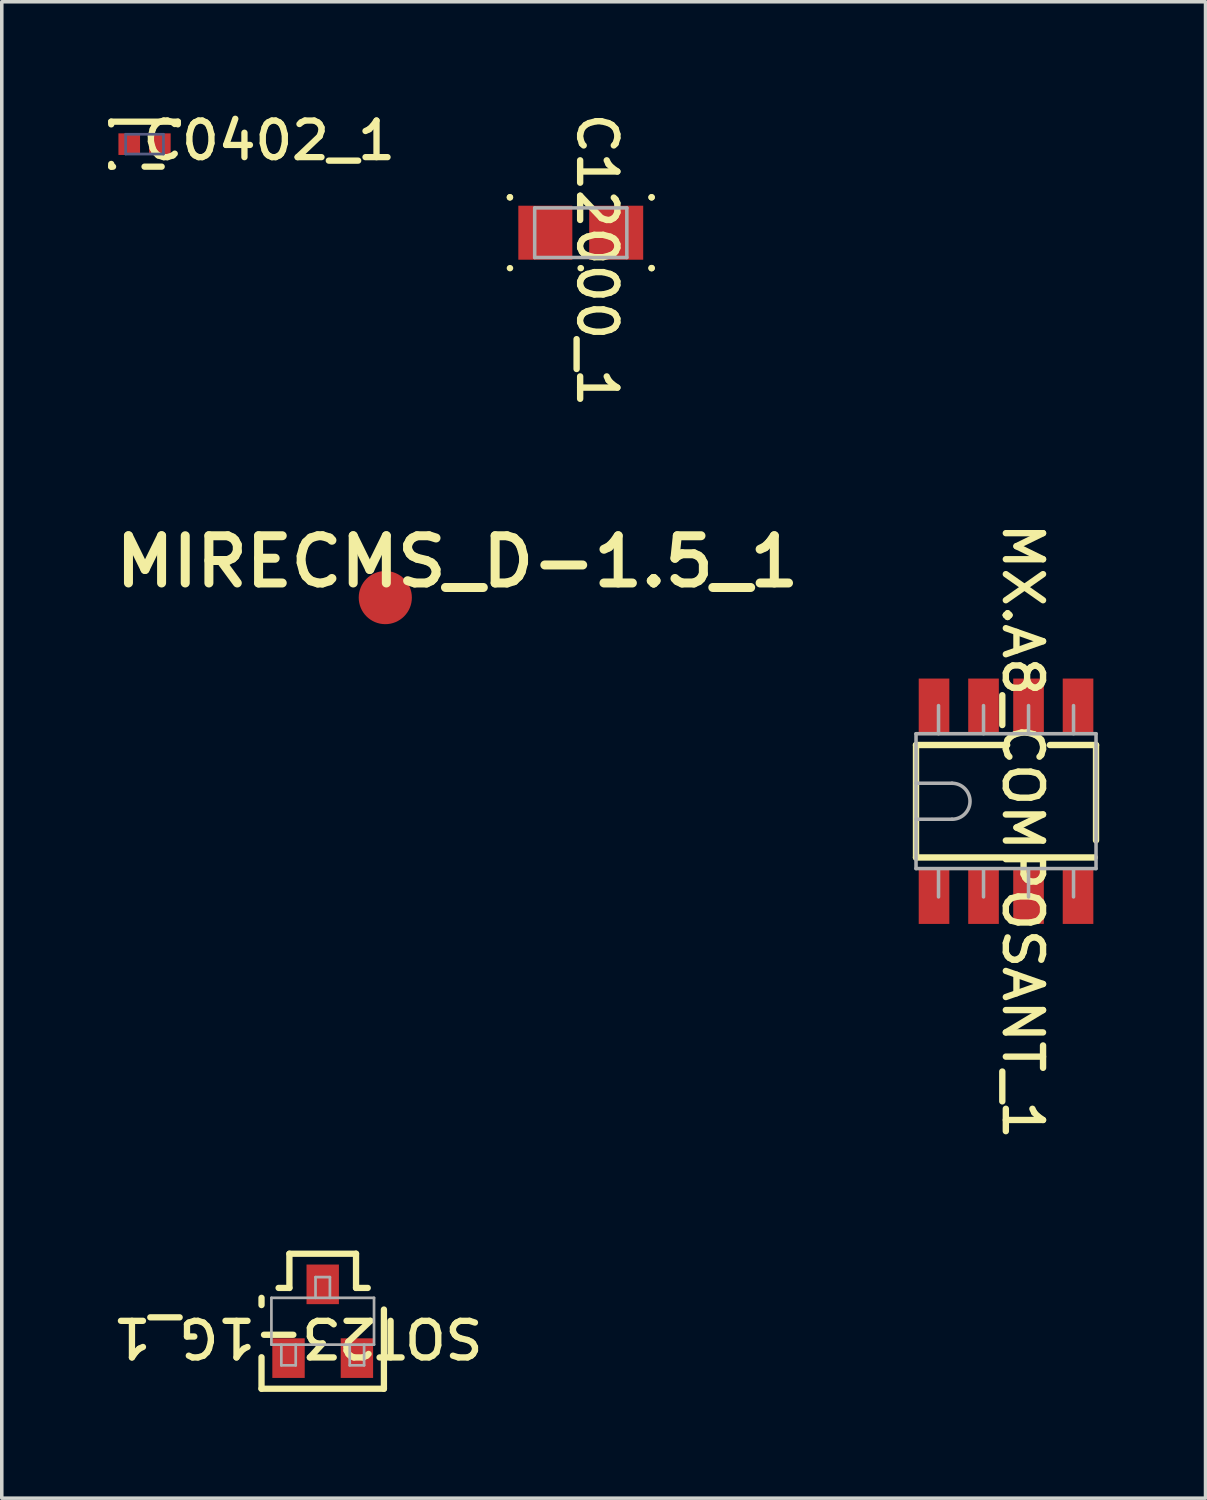
<source format=kicad_pcb>
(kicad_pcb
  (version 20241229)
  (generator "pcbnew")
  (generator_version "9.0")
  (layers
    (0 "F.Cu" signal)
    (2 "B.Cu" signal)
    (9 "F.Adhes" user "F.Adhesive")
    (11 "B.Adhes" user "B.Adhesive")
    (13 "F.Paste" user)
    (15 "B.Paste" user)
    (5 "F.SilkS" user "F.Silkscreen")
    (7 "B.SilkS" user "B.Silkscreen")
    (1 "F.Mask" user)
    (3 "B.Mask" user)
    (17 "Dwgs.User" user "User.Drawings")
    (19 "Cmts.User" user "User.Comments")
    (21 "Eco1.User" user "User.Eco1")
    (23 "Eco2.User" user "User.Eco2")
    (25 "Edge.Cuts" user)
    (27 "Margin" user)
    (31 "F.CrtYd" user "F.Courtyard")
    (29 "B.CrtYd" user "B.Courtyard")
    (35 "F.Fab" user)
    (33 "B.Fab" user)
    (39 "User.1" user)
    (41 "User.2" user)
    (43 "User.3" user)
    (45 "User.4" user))
  (footprint "SOT23-1G_1"
    (layer "F.Cu")
    (at 6.057 34.235)
    (property "Reference" "SOT23-1G_1" (at -0.699 0.457 180) (unlocked yes) (layer "F.SilkS") (effects (font (size 1.033 1.087) (thickness 0.178))))
    (attr smd)
    (fp_line (start -1.727 -0.457) (end -1.727 -0.66) (stroke (width 0.178) (type solid)) (layer "F.SilkS"))
    (fp_line (start -1.727 1.905) (end -1.727 1.016) (stroke (width 0.178) (type solid)) (layer "F.SilkS"))
    (fp_line (start -1.727 1.905) (end 1.727 1.905) (stroke (width 0.178) (type solid)) (layer "F.SilkS"))
    (fp_line (start -1.245 -0.94) (end -0.94 -0.94) (stroke (width 0.178) (type solid)) (layer "F.SilkS"))
    (fp_line (start -0.94 -1.905) (end 0.94 -1.905) (stroke (width 0.178) (type solid)) (layer "F.SilkS"))
    (fp_line (start -0.94 -0.94) (end -0.94 -1.905) (stroke (width 0.178) (type solid)) (layer "F.SilkS"))
    (fp_line (start 0.94 -0.94) (end 0.94 -1.905) (stroke (width 0.178) (type solid)) (layer "F.SilkS"))
    (fp_line (start 0.94 -0.94) (end 1.27 -0.94) (stroke (width 0.178) (type solid)) (layer "F.SilkS"))
    (fp_line (start 1.727 1.905) (end 1.727 -0.33) (stroke (width 0.178) (type solid)) (layer "F.SilkS"))
    (fp_line (start -1.448 -0.66) (end 1.448 -0.66) (stroke (width 0.076) (type solid)) (layer "F.Fab"))
    (fp_line (start -1.448 0.66) (end -1.448 -0.66) (stroke (width 0.076) (type solid)) (layer "F.Fab"))
    (fp_line (start -1.448 0.66) (end 1.448 0.66) (stroke (width 0.076) (type solid)) (layer "F.Fab"))
    (fp_line (start -1.168 1.245) (end -1.168 0.66) (stroke (width 0.076) (type solid)) (layer "F.Fab"))
    (fp_line (start -1.168 1.245) (end -0.762 1.245) (stroke (width 0.076) (type solid)) (layer "F.Fab"))
    (fp_line (start -0.762 1.245) (end -0.762 0.66) (stroke (width 0.076) (type solid)) (layer "F.Fab"))
    (fp_line (start -0.203 -1.245) (end 0.203 -1.245) (stroke (width 0.076) (type solid)) (layer "F.Fab"))
    (fp_line (start -0.203 -0.66) (end -0.203 -1.245) (stroke (width 0.076) (type solid)) (layer "F.Fab"))
    (fp_line (start 0.203 -0.66) (end 0.203 -1.245) (stroke (width 0.076) (type solid)) (layer "F.Fab"))
    (fp_line (start 0.762 1.245) (end 0.762 0.66) (stroke (width 0.076) (type solid)) (layer "F.Fab"))
    (fp_line (start 0.762 1.245) (end 1.168 1.245) (stroke (width 0.076) (type solid)) (layer "F.Fab"))
    (fp_line (start 1.168 1.245) (end 1.168 0.66) (stroke (width 0.076) (type solid)) (layer "F.Fab"))
    (fp_line (start 1.448 0.66) (end 1.448 -0.66) (stroke (width 0.076) (type solid)) (layer "F.Fab"))
    (pad "1" smd rect (at -0.965 1.041) (size 0.914 1.118) (layers "F.Cu" "F.Mask" "F.Paste"))
    (pad "2" smd rect (at 0.965 1.041) (size 0.914 1.118) (layers "F.Cu" "F.Mask" "F.Paste"))
    (pad "3" smd rect (at 0 -1.041) (size 0.914 1.118) (layers "F.Cu" "F.Mask" "F.Paste")))
  (footprint "MIRECMS_D-1.5_1"
    (layer "F.Cu")
    (at 7.823 13.814)
    (property "Reference" "MIRECMS_D-1.5_1" (at 2.032 -1.016 0) (unlocked yes) (layer "F.SilkS") (effects (font (size 1.333 1.402) (thickness 0.254))))
    (attr smd)
    (pad "1" smd circle (at 0 0 180) (size 1.5 1.5) (layers "F.Cu" "F.Mask" "F.Paste")))
  (footprint "C0402_1"
    (layer "F.Cu")
    (at 1.029 1.018)
    (property "Reference" "C0402_1" (at 3.518 -0.102 0) (unlocked yes) (layer "F.SilkS") (effects (font (size 1.033 1.087) (thickness 0.178))))
    (attr smd)
    (fp_line (start -0.94 -0.635) (end 0.94 -0.635) (stroke (width 0.178) (type solid)) (layer "F.SilkS"))
    (fp_line (start -0.94 -0.559) (end -0.94 -0.635) (stroke (width 0.178) (type solid)) (layer "F.SilkS"))
    (fp_line (start -0.94 0.635) (end -0.94 0.559) (stroke (width 0.178) (type solid)) (layer "F.SilkS"))
    (fp_line (start -0.94 0.635) (end -0.889 0.635) (stroke (width 0.178) (type solid)) (layer "F.SilkS"))
    (fp_line (start 0 0.635) (end 0.483 0.635) (stroke (width 0.178) (type solid)) (layer "F.SilkS"))
    (fp_line (start 0.94 -0.559) (end 0.94 -0.635) (stroke (width 0.178) (type solid)) (layer "F.SilkS"))
    (fp_line (start -0.533 -0.279) (end 0.533 -0.279) (stroke (width 0.076) (type solid)) (layer "B.Fab"))
    (fp_line (start -0.533 0.279) (end -0.533 -0.279) (stroke (width 0.076) (type solid)) (layer "B.Fab"))
    (fp_line (start -0.533 0.279) (end 0.533 0.279) (stroke (width 0.076) (type solid)) (layer "B.Fab"))
    (fp_line (start 0.533 0.279) (end 0.533 -0.279) (stroke (width 0.076) (type solid)) (layer "B.Fab"))
    (pad "1" smd rect (at -0.432 0 180) (size 0.61 0.61) (layers "F.Cu" "F.Mask" "F.Paste"))
    (pad "2" smd rect (at 0.432 0 180) (size 0.61 0.61) (layers "F.Cu" "F.Mask" "F.Paste")))
  (footprint "MX.A8_COMPOSANT_1"
    (layer "F.Cu")
    (at 25.34 19.561)
    (property "Reference" "MX.A8_COMPOSANT_1" (at 0.471 0.846 270) (unlocked yes) (layer "F.SilkS") (effects (font (size 1.05 1.104) (thickness 0.18))))
    (attr smd)
    (fp_line (start -2.54 -1.587) (end 0.032 -1.587) (stroke (width 0.18) (type solid)) (layer "F.SilkS"))
    (fp_line (start -2.54 1.587) (end -2.54 -1.587) (stroke (width 0.18) (type solid)) (layer "F.SilkS"))
    (fp_line (start -2.54 1.587) (end 2.503 1.587) (stroke (width 0.18) (type solid)) (layer "F.SilkS"))
    (fp_line (start 1.238 -1.587) (end 2.54 -1.587) (stroke (width 0.18) (type solid)) (layer "F.SilkS"))
    (fp_line (start 2.54 1.105) (end 2.54 -1.587) (stroke (width 0.18) (type solid)) (layer "F.SilkS"))
    (fp_line (start -2.54 -1.905) (end 2.54 -1.905) (stroke (width 0.1) (type solid)) (layer "F.Fab"))
    (fp_line (start -2.54 -0.508) (end -1.524 -0.508) (stroke (width 0.1) (type solid)) (layer "F.Fab"))
    (fp_line (start -2.54 0.508) (end -1.524 0.508) (stroke (width 0.1) (type solid)) (layer "F.Fab"))
    (fp_line (start -2.54 1.9) (end -2.54 -1.905) (stroke (width 0.1) (type solid)) (layer "F.Fab"))
    (fp_line (start -2.54 1.9) (end 2.54 1.9) (stroke (width 0.1) (type solid)) (layer "F.Fab"))
    (fp_line (start -1.905 -1.905) (end -1.905 -2.699) (stroke (width 0.1) (type solid)) (layer "F.Fab"))
    (fp_line (start -1.905 2.699) (end -1.905 1.905) (stroke (width 0.1) (type solid)) (layer "F.Fab"))
    (fp_line (start -0.635 -1.905) (end -0.635 -2.699) (stroke (width 0.1) (type solid)) (layer "F.Fab"))
    (fp_line (start -0.635 2.699) (end -0.635 1.905) (stroke (width 0.1) (type solid)) (layer "F.Fab"))
    (fp_line (start 0.635 -1.905) (end 0.635 -2.699) (stroke (width 0.1) (type solid)) (layer "F.Fab"))
    (fp_line (start 0.635 2.699) (end 0.635 1.905) (stroke (width 0.1) (type solid)) (layer "F.Fab"))
    (fp_line (start 1.905 -1.905) (end 1.905 -2.699) (stroke (width 0.1) (type solid)) (layer "F.Fab"))
    (fp_line (start 1.905 2.699) (end 1.905 1.905) (stroke (width 0.1) (type solid)) (layer "F.Fab"))
    (fp_line (start 2.54 1.9) (end 2.54 -1.905) (stroke (width 0.1) (type solid)) (layer "F.Fab"))
    (fp_arc (start -1.52399 -0.508) (mid -1.01599 0) (end -1.52399 0.508) (stroke (width 0.1) (type solid)) (layer "F.Fab"))
    (pad "1" smd rect (at -2.032 2.7) (size 0.864 1.524) (layers "F.Cu" "F.Mask" "F.Paste"))
    (pad "2" smd rect (at -0.635 2.7) (size 0.864 1.524) (layers "F.Cu" "F.Mask" "F.Paste"))
    (pad "3" smd rect (at 0.635 2.7) (size 0.864 1.524) (layers "F.Cu" "F.Mask" "F.Paste"))
    (pad "4" smd rect (at 2.032 2.7) (size 0.864 1.524) (layers "F.Cu" "F.Mask" "F.Paste"))
    (pad "5" smd rect (at 2.032 -2.7) (size 0.864 1.524) (layers "F.Cu" "F.Mask" "F.Paste"))
    (pad "6" smd rect (at 0.635 -2.7) (size 0.864 1.524) (layers "F.Cu" "F.Mask" "F.Paste"))
    (pad "7" smd rect (at -0.635 -2.7) (size 0.864 1.524) (layers "F.Cu" "F.Mask" "F.Paste"))
    (pad "8" smd rect (at -2.032 -2.7) (size 0.864 1.524) (layers "F.Cu" "F.Mask" "F.Paste")))
  (footprint "C12000_1"
    (layer "F.Cu")
    (at 13.339 3.517)
    (property "Reference" "C12000_1" (at 0.459 0.77 270) (unlocked yes) (layer "F.SilkS") (effects (font (size 1.05 1.104) (thickness 0.18))))
    (attr smd)
    (fp_line (start -2 -1) (end -1.996 -1) (stroke (width 0.18) (type solid)) (layer "F.SilkS"))
    (fp_line (start -2 -0.996) (end -2 -1) (stroke (width 0.18) (type solid)) (layer "F.SilkS"))
    (fp_line (start -2 1) (end -1.996 1) (stroke (width 0.18) (type solid)) (layer "F.SilkS"))
    (fp_line (start -0.004 -1) (end 0.004 -1) (stroke (width 0.18) (type solid)) (layer "F.SilkS"))
    (fp_line (start -0.004 1) (end 0.004 1) (stroke (width 0.18) (type solid)) (layer "F.SilkS"))
    (fp_line (start 1.996 -1) (end 2 -1) (stroke (width 0.18) (type solid)) (layer "F.SilkS"))
    (fp_line (start 1.996 1) (end 2 1) (stroke (width 0.18) (type solid)) (layer "F.SilkS"))
    (fp_line (start 2 -0.996) (end 2 -1) (stroke (width 0.18) (type solid)) (layer "F.SilkS"))
    (fp_line (start 2 1) (end 2 0.996) (stroke (width 0.18) (type solid)) (layer "F.SilkS"))
    (fp_line (start -1.3 -0.7) (end 1.3 -0.7) (stroke (width 0.1) (type solid)) (layer "F.Fab"))
    (fp_line (start -1.3 0.7) (end -1.3 -0.7) (stroke (width 0.1) (type solid)) (layer "F.Fab"))
    (fp_line (start -1.3 0.7) (end 1.3 0.7) (stroke (width 0.1) (type solid)) (layer "F.Fab"))
    (fp_line (start 1.3 0.7) (end 1.3 -0.7) (stroke (width 0.1) (type solid)) (layer "F.Fab"))
    (pad "1" smd rect (at -1 0) (size 1.524 1.524) (layers "F.Cu" "F.Mask" "F.Paste"))
    (pad "2" smd rect (at 1 0) (size 1.524 1.524) (layers "F.Cu" "F.Mask" "F.Paste")))
  (gr_rect
    (start -3 -3)
    (end 30.97 39.228)
    (stroke (width 0.1) (type default))
    (fill no)
    (layer "Edge.Cuts")))
</source>
